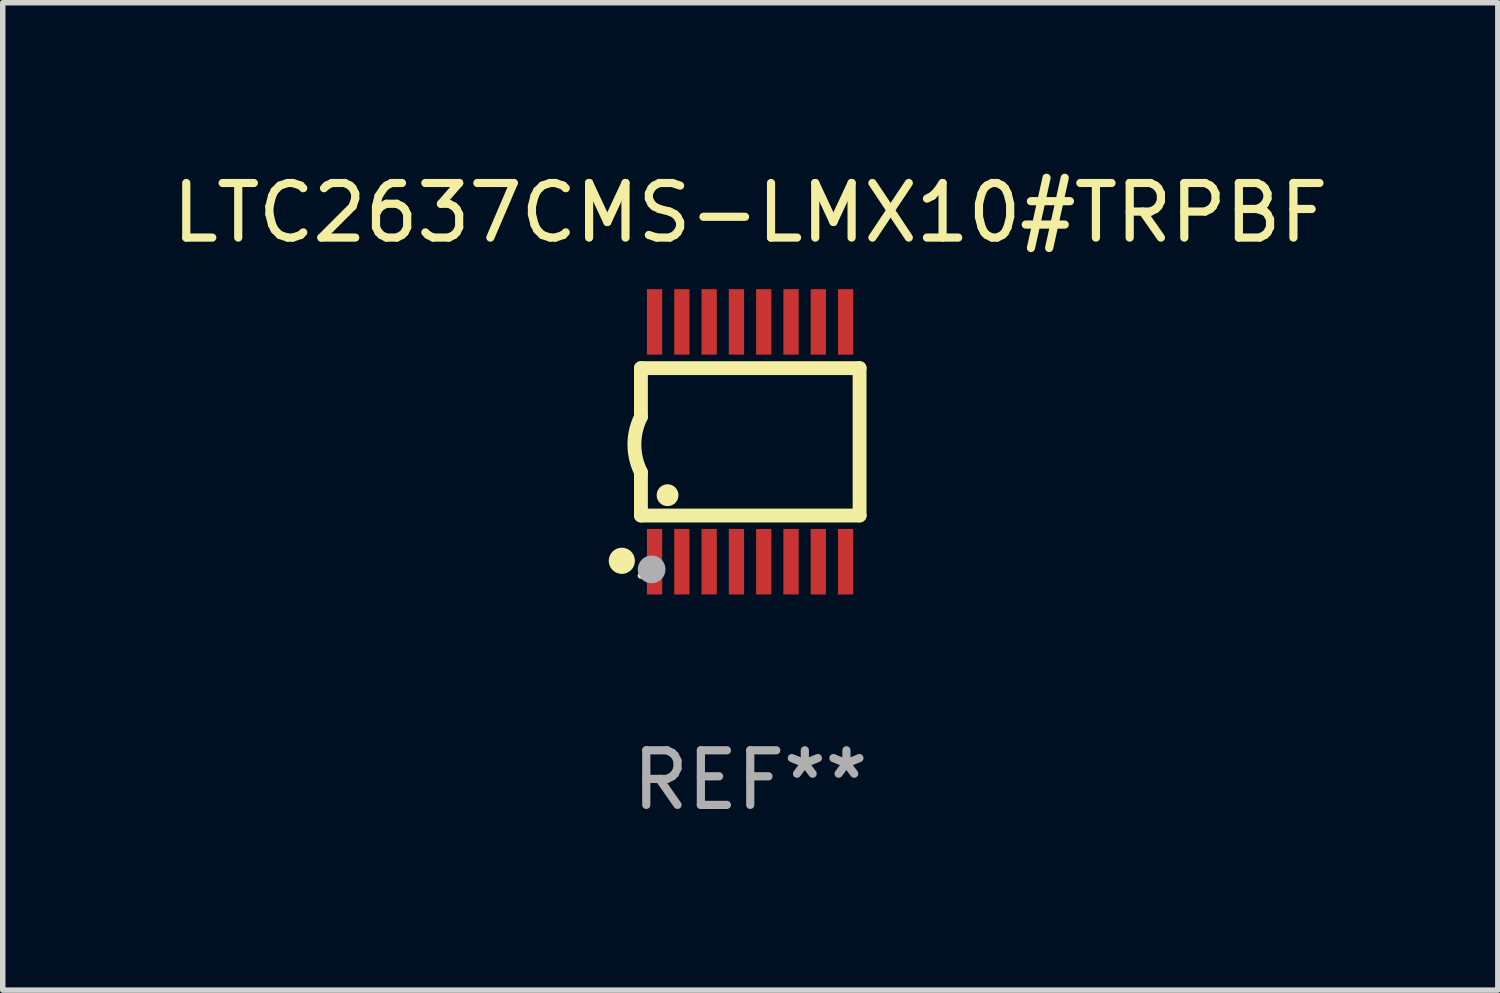
<source format=kicad_pcb>
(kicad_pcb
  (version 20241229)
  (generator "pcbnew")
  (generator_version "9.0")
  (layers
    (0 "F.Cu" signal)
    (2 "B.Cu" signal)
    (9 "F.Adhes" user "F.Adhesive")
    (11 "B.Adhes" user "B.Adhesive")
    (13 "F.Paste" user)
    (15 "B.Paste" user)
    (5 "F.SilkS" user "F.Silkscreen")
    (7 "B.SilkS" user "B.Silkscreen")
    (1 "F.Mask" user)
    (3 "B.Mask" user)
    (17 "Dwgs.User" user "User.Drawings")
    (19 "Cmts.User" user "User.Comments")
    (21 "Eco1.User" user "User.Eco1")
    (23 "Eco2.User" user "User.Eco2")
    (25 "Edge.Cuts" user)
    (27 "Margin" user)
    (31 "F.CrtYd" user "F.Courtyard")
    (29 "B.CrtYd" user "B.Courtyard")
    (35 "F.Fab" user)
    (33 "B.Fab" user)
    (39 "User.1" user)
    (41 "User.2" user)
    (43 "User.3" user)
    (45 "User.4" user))
  (footprint "LTC2637CMS-LMX10#TRPBF"
    (layer "F.Cu")
    (at 10.696 5.045)
    (property "Reference" "LTC2637CMS-LMX10#TRPBF" (at 0 -4.197 0) (layer "F.SilkS") (effects (font (size 1 1) (thickness 0.15))))
    (attr through_hole)
    (fp_line (start -2.003 -1.35) (end -2.003 -0.457) (stroke (width 0.254) (type solid)) (layer "F.SilkS"))
    (fp_line (start -2.003 -1.35) (end 2.003 -1.35) (stroke (width 0.254) (type solid)) (layer "F.SilkS"))
    (fp_line (start -2.003 1.35) (end -2.003 0.559) (stroke (width 0.254) (type solid)) (layer "F.SilkS"))
    (fp_line (start -2.003 1.35) (end 2.003 1.35) (stroke (width 0.254) (type solid)) (layer "F.SilkS"))
    (fp_line (start 2.003 -1.35) (end 2.003 1.35) (stroke (width 0.254) (type solid)) (layer "F.SilkS"))
    (fp_arc (start -2.002286 0.558802) (mid -2.122556 0.05092) (end -2.003302 -0.457201) (stroke (width 0.254001) (type solid)) (layer "F.SilkS"))
    (fp_circle (center -2.353 2.18) (end -2.233 2.18) (stroke (width 0.24) (type solid)) (fill no) (layer "F.SilkS"))
    (fp_circle (center -2.003 2.45) (end -1.973 2.45) (stroke (width 0.06) (type solid)) (fill no) (layer "F.SilkS"))
    (fp_circle (center -1.515 0.978) (end -1.415 0.978) (stroke (width 0.2) (type solid)) (fill no) (layer "F.SilkS"))
    (fp_circle (center -1.807 2.337) (end -1.68 2.337) (stroke (width 0.254) (type solid)) (fill no) (layer "F.Fab"))
    (fp_text user "REF**" (at 0 6.197 0) (layer "F.Fab") (effects (font (size 1 1) (thickness 0.15))))
    (pad "1" smd rect (at -1.753 2.197 90) (size 1.2 0.28) (layers "F.Cu" "F.Mask" "F.Paste"))
    (pad "2" smd rect (at -1.253 2.197 90) (size 1.2 0.28) (layers "F.Cu" "F.Mask" "F.Paste"))
    (pad "3" smd rect (at -0.753 2.197 90) (size 1.2 0.28) (layers "F.Cu" "F.Mask" "F.Paste"))
    (pad "4" smd rect (at -0.253 2.197 90) (size 1.2 0.28) (layers "F.Cu" "F.Mask" "F.Paste"))
    (pad "5" smd rect (at 0.247 2.197 90) (size 1.2 0.28) (layers "F.Cu" "F.Mask" "F.Paste"))
    (pad "6" smd rect (at 0.747 2.197 90) (size 1.2 0.28) (layers "F.Cu" "F.Mask" "F.Paste"))
    (pad "7" smd rect (at 1.247 2.197 90) (size 1.2 0.28) (layers "F.Cu" "F.Mask" "F.Paste"))
    (pad "8" smd rect (at 1.747 2.197 90) (size 1.2 0.28) (layers "F.Cu" "F.Mask" "F.Paste"))
    (pad "9" smd rect (at 1.747 -2.197 90) (size 1.2 0.28) (layers "F.Cu" "F.Mask" "F.Paste"))
    (pad "10" smd rect (at 1.247 -2.197 90) (size 1.2 0.28) (layers "F.Cu" "F.Mask" "F.Paste"))
    (pad "11" smd rect (at 0.747 -2.197 90) (size 1.2 0.28) (layers "F.Cu" "F.Mask" "F.Paste"))
    (pad "12" smd rect (at 0.247 -2.197 90) (size 1.2 0.28) (layers "F.Cu" "F.Mask" "F.Paste"))
    (pad "13" smd rect (at -0.253 -2.197 90) (size 1.2 0.28) (layers "F.Cu" "F.Mask" "F.Paste"))
    (pad "14" smd rect (at -0.753 -2.197 90) (size 1.2 0.28) (layers "F.Cu" "F.Mask" "F.Paste"))
    (pad "15" smd rect (at -1.253 -2.197 90) (size 1.2 0.28) (layers "F.Cu" "F.Mask" "F.Paste"))
    (pad "16" smd rect (at -1.753 -2.197 90) (size 1.2 0.28) (layers "F.Cu" "F.Mask" "F.Paste")))
  (gr_rect
    (start -3 -3)
    (end 24.393 15.091)
    (stroke (width 0.1) (type default))
    (fill no)
    (layer "Edge.Cuts")))
</source>
